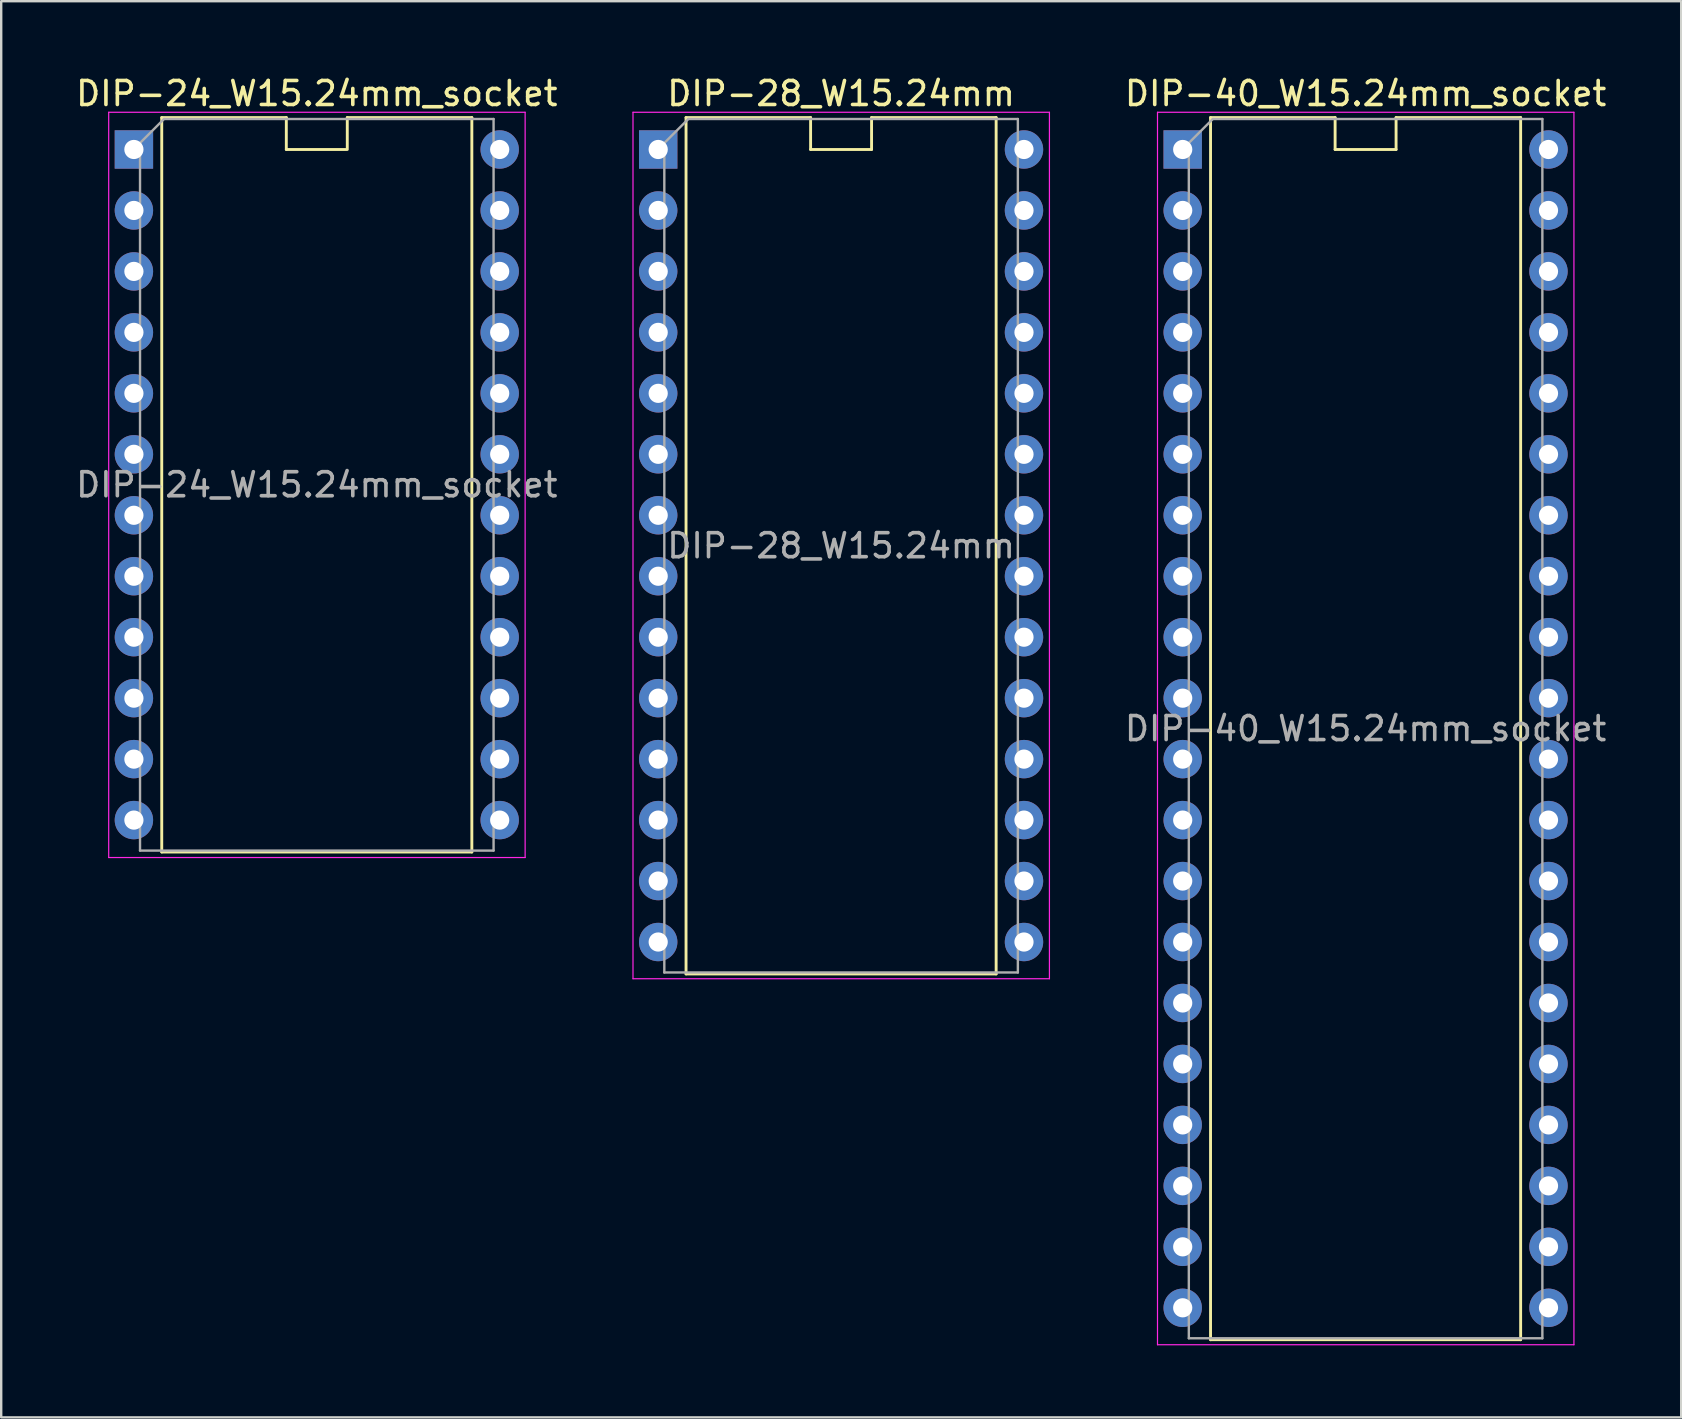
<source format=kicad_pcb>
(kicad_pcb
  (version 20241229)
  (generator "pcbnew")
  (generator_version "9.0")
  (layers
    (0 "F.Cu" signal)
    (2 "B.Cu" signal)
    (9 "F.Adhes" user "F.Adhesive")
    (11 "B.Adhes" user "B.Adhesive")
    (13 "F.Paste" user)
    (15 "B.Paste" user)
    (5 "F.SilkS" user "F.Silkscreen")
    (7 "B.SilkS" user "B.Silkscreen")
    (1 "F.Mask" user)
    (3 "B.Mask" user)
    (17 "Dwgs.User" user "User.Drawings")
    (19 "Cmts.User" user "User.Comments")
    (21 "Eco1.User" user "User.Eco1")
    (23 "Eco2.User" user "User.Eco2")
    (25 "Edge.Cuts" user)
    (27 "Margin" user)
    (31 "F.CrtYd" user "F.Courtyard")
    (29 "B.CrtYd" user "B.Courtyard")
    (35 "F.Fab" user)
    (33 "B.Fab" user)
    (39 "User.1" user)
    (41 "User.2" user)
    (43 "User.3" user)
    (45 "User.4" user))
  (footprint "DIP-40_W15.24mm_socket"
    (layer "F.Cu")
    (at 46.226 3.178)
    (property "Reference" "DIP-40_W15.24mm_socket" (at 7.62 -2.33 0) (layer "F.SilkS") (effects (font (size 1 1) (thickness 0.15))))
    (attr through_hole)
    (fp_line (start 1.16 -1.33) (end 1.16 49.59) (stroke (width 0.12) (type solid)) (layer "F.SilkS"))
    (fp_line (start 1.16 49.59) (end 14.08 49.59) (stroke (width 0.12) (type solid)) (layer "F.SilkS"))
    (fp_line (start 6.35 -1.33) (end 1.16 -1.33) (stroke (width 0.12) (type solid)) (layer "F.SilkS"))
    (fp_line (start 6.35 -1.33) (end 6.35 0) (stroke (width 0.12) (type default)) (layer "F.SilkS"))
    (fp_line (start 6.35 0) (end 8.89 0) (stroke (width 0.12) (type default)) (layer "F.SilkS"))
    (fp_line (start 8.89 0) (end 8.89 -1.33) (stroke (width 0.12) (type default)) (layer "F.SilkS"))
    (fp_line (start 14.08 -1.33) (end 8.89 -1.33) (stroke (width 0.12) (type solid)) (layer "F.SilkS"))
    (fp_line (start 14.08 49.59) (end 14.08 -1.33) (stroke (width 0.12) (type solid)) (layer "F.SilkS"))
    (fp_line (start -1.05 -1.55) (end -1.05 49.8) (stroke (width 0.05) (type solid)) (layer "F.CrtYd"))
    (fp_line (start -1.05 49.8) (end 16.3 49.8) (stroke (width 0.05) (type solid)) (layer "F.CrtYd"))
    (fp_line (start 16.3 -1.55) (end -1.05 -1.55) (stroke (width 0.05) (type solid)) (layer "F.CrtYd"))
    (fp_line (start 16.3 49.8) (end 16.3 -1.55) (stroke (width 0.05) (type solid)) (layer "F.CrtYd"))
    (fp_line (start 0.255 -0.27) (end 1.255 -1.27) (stroke (width 0.1) (type solid)) (layer "F.Fab"))
    (fp_line (start 0.255 49.53) (end 0.255 -0.27) (stroke (width 0.1) (type solid)) (layer "F.Fab"))
    (fp_line (start 1.255 -1.27) (end 14.985 -1.27) (stroke (width 0.1) (type solid)) (layer "F.Fab"))
    (fp_line (start 14.985 -1.27) (end 14.985 49.53) (stroke (width 0.1) (type solid)) (layer "F.Fab"))
    (fp_line (start 14.985 49.53) (end 0.255 49.53) (stroke (width 0.1) (type solid)) (layer "F.Fab"))
    (fp_text user "${REFERENCE}" (at 7.62 24.13 0) (layer "F.Fab") (effects (font (size 1 1) (thickness 0.15))))
    (pad "1" thru_hole rect (at 0 0) (size 1.6 1.6) (drill 0.8) (layers "*.Cu" "*.Mask"))
    (pad "2" thru_hole oval (at 0 2.54) (size 1.6 1.6) (drill 0.8) (layers "*.Cu" "*.Mask"))
    (pad "3" thru_hole oval (at 0 5.08) (size 1.6 1.6) (drill 0.8) (layers "*.Cu" "*.Mask"))
    (pad "4" thru_hole oval (at 0 7.62) (size 1.6 1.6) (drill 0.8) (layers "*.Cu" "*.Mask"))
    (pad "5" thru_hole oval (at 0 10.16) (size 1.6 1.6) (drill 0.8) (layers "*.Cu" "*.Mask"))
    (pad "6" thru_hole oval (at 0 12.7) (size 1.6 1.6) (drill 0.8) (layers "*.Cu" "*.Mask"))
    (pad "7" thru_hole oval (at 0 15.24) (size 1.6 1.6) (drill 0.8) (layers "*.Cu" "*.Mask"))
    (pad "8" thru_hole oval (at 0 17.78) (size 1.6 1.6) (drill 0.8) (layers "*.Cu" "*.Mask"))
    (pad "9" thru_hole oval (at 0 20.32) (size 1.6 1.6) (drill 0.8) (layers "*.Cu" "*.Mask"))
    (pad "10" thru_hole oval (at 0 22.86) (size 1.6 1.6) (drill 0.8) (layers "*.Cu" "*.Mask"))
    (pad "11" thru_hole oval (at 0 25.4) (size 1.6 1.6) (drill 0.8) (layers "*.Cu" "*.Mask"))
    (pad "12" thru_hole oval (at 0 27.94) (size 1.6 1.6) (drill 0.8) (layers "*.Cu" "*.Mask"))
    (pad "13" thru_hole oval (at 0 30.48) (size 1.6 1.6) (drill 0.8) (layers "*.Cu" "*.Mask"))
    (pad "14" thru_hole oval (at 0 33.02) (size 1.6 1.6) (drill 0.8) (layers "*.Cu" "*.Mask"))
    (pad "15" thru_hole oval (at 0 35.56) (size 1.6 1.6) (drill 0.8) (layers "*.Cu" "*.Mask"))
    (pad "16" thru_hole oval (at 0 38.1) (size 1.6 1.6) (drill 0.8) (layers "*.Cu" "*.Mask"))
    (pad "17" thru_hole oval (at 0 40.64) (size 1.6 1.6) (drill 0.8) (layers "*.Cu" "*.Mask"))
    (pad "18" thru_hole oval (at 0 43.18) (size 1.6 1.6) (drill 0.8) (layers "*.Cu" "*.Mask"))
    (pad "19" thru_hole oval (at 0 45.72) (size 1.6 1.6) (drill 0.8) (layers "*.Cu" "*.Mask"))
    (pad "20" thru_hole oval (at 0 48.26) (size 1.6 1.6) (drill 0.8) (layers "*.Cu" "*.Mask"))
    (pad "21" thru_hole oval (at 15.24 48.26) (size 1.6 1.6) (drill 0.8) (layers "*.Cu" "*.Mask"))
    (pad "22" thru_hole oval (at 15.24 45.72) (size 1.6 1.6) (drill 0.8) (layers "*.Cu" "*.Mask"))
    (pad "23" thru_hole oval (at 15.24 43.18) (size 1.6 1.6) (drill 0.8) (layers "*.Cu" "*.Mask"))
    (pad "24" thru_hole oval (at 15.24 40.64) (size 1.6 1.6) (drill 0.8) (layers "*.Cu" "*.Mask"))
    (pad "25" thru_hole oval (at 15.24 38.1) (size 1.6 1.6) (drill 0.8) (layers "*.Cu" "*.Mask"))
    (pad "26" thru_hole oval (at 15.24 35.56) (size 1.6 1.6) (drill 0.8) (layers "*.Cu" "*.Mask"))
    (pad "27" thru_hole oval (at 15.24 33.02) (size 1.6 1.6) (drill 0.8) (layers "*.Cu" "*.Mask"))
    (pad "28" thru_hole oval (at 15.24 30.48) (size 1.6 1.6) (drill 0.8) (layers "*.Cu" "*.Mask"))
    (pad "29" thru_hole oval (at 15.24 27.94) (size 1.6 1.6) (drill 0.8) (layers "*.Cu" "*.Mask"))
    (pad "30" thru_hole oval (at 15.24 25.4) (size 1.6 1.6) (drill 0.8) (layers "*.Cu" "*.Mask"))
    (pad "31" thru_hole oval (at 15.24 22.86) (size 1.6 1.6) (drill 0.8) (layers "*.Cu" "*.Mask"))
    (pad "32" thru_hole oval (at 15.24 20.32) (size 1.6 1.6) (drill 0.8) (layers "*.Cu" "*.Mask"))
    (pad "33" thru_hole oval (at 15.24 17.78) (size 1.6 1.6) (drill 0.8) (layers "*.Cu" "*.Mask"))
    (pad "34" thru_hole oval (at 15.24 15.24) (size 1.6 1.6) (drill 0.8) (layers "*.Cu" "*.Mask"))
    (pad "35" thru_hole oval (at 15.24 12.7) (size 1.6 1.6) (drill 0.8) (layers "*.Cu" "*.Mask"))
    (pad "36" thru_hole oval (at 15.24 10.16) (size 1.6 1.6) (drill 0.8) (layers "*.Cu" "*.Mask"))
    (pad "37" thru_hole oval (at 15.24 7.62) (size 1.6 1.6) (drill 0.8) (layers "*.Cu" "*.Mask"))
    (pad "38" thru_hole oval (at 15.24 5.08) (size 1.6 1.6) (drill 0.8) (layers "*.Cu" "*.Mask"))
    (pad "39" thru_hole oval (at 15.24 2.54) (size 1.6 1.6) (drill 0.8) (layers "*.Cu" "*.Mask"))
    (pad "40" thru_hole oval (at 15.24 0) (size 1.6 1.6) (drill 0.8) (layers "*.Cu" "*.Mask")))
  (footprint "DIP-28_W15.24mm"
    (layer "F.Cu")
    (at 24.373 3.178)
    (property "Reference" "DIP-28_W15.24mm" (at 7.62 -2.33 0) (layer "F.SilkS") (effects (font (size 1 1) (thickness 0.15))))
    (attr through_hole)
    (fp_line (start 1.16 -1.33) (end 1.16 34.35) (stroke (width 0.12) (type solid)) (layer "F.SilkS"))
    (fp_line (start 1.16 34.35) (end 14.08 34.35) (stroke (width 0.12) (type solid)) (layer "F.SilkS"))
    (fp_line (start 6.35 -1.33) (end 1.16 -1.33) (stroke (width 0.12) (type solid)) (layer "F.SilkS"))
    (fp_line (start 6.35 -1.33) (end 6.35 0) (stroke (width 0.12) (type default)) (layer "F.SilkS"))
    (fp_line (start 6.35 0) (end 8.89 0) (stroke (width 0.12) (type default)) (layer "F.SilkS"))
    (fp_line (start 8.89 0) (end 8.89 -1.33) (stroke (width 0.12) (type default)) (layer "F.SilkS"))
    (fp_line (start 14.08 -1.33) (end 8.89 -1.33) (stroke (width 0.12) (type solid)) (layer "F.SilkS"))
    (fp_line (start 14.08 34.35) (end 14.08 -1.33) (stroke (width 0.12) (type solid)) (layer "F.SilkS"))
    (fp_line (start -1.05 -1.55) (end -1.05 34.55) (stroke (width 0.05) (type solid)) (layer "F.CrtYd"))
    (fp_line (start -1.05 34.55) (end 16.3 34.55) (stroke (width 0.05) (type solid)) (layer "F.CrtYd"))
    (fp_line (start 16.3 -1.55) (end -1.05 -1.55) (stroke (width 0.05) (type solid)) (layer "F.CrtYd"))
    (fp_line (start 16.3 34.55) (end 16.3 -1.55) (stroke (width 0.05) (type solid)) (layer "F.CrtYd"))
    (fp_line (start 0.255 -0.27) (end 1.255 -1.27) (stroke (width 0.1) (type solid)) (layer "F.Fab"))
    (fp_line (start 0.255 34.29) (end 0.255 -0.27) (stroke (width 0.1) (type solid)) (layer "F.Fab"))
    (fp_line (start 1.255 -1.27) (end 14.985 -1.27) (stroke (width 0.1) (type solid)) (layer "F.Fab"))
    (fp_line (start 14.985 -1.27) (end 14.985 34.29) (stroke (width 0.1) (type solid)) (layer "F.Fab"))
    (fp_line (start 14.985 34.29) (end 0.255 34.29) (stroke (width 0.1) (type solid)) (layer "F.Fab"))
    (fp_text user "${REFERENCE}" (at 7.62 16.51 0) (layer "F.Fab") (effects (font (size 1 1) (thickness 0.15))))
    (pad "1" thru_hole rect (at 0 0) (size 1.6 1.6) (drill 0.8) (layers "*.Cu" "*.Mask"))
    (pad "2" thru_hole oval (at 0 2.54) (size 1.6 1.6) (drill 0.8) (layers "*.Cu" "*.Mask"))
    (pad "3" thru_hole oval (at 0 5.08) (size 1.6 1.6) (drill 0.8) (layers "*.Cu" "*.Mask"))
    (pad "4" thru_hole oval (at 0 7.62) (size 1.6 1.6) (drill 0.8) (layers "*.Cu" "*.Mask"))
    (pad "5" thru_hole oval (at 0 10.16) (size 1.6 1.6) (drill 0.8) (layers "*.Cu" "*.Mask"))
    (pad "6" thru_hole oval (at 0 12.7) (size 1.6 1.6) (drill 0.8) (layers "*.Cu" "*.Mask"))
    (pad "7" thru_hole oval (at 0 15.24) (size 1.6 1.6) (drill 0.8) (layers "*.Cu" "*.Mask"))
    (pad "8" thru_hole oval (at 0 17.78) (size 1.6 1.6) (drill 0.8) (layers "*.Cu" "*.Mask"))
    (pad "9" thru_hole oval (at 0 20.32) (size 1.6 1.6) (drill 0.8) (layers "*.Cu" "*.Mask"))
    (pad "10" thru_hole oval (at 0 22.86) (size 1.6 1.6) (drill 0.8) (layers "*.Cu" "*.Mask"))
    (pad "11" thru_hole oval (at 0 25.4) (size 1.6 1.6) (drill 0.8) (layers "*.Cu" "*.Mask"))
    (pad "12" thru_hole oval (at 0 27.94) (size 1.6 1.6) (drill 0.8) (layers "*.Cu" "*.Mask"))
    (pad "13" thru_hole oval (at 0 30.48) (size 1.6 1.6) (drill 0.8) (layers "*.Cu" "*.Mask"))
    (pad "14" thru_hole oval (at 0 33.02) (size 1.6 1.6) (drill 0.8) (layers "*.Cu" "*.Mask"))
    (pad "15" thru_hole oval (at 15.24 33.02) (size 1.6 1.6) (drill 0.8) (layers "*.Cu" "*.Mask"))
    (pad "16" thru_hole oval (at 15.24 30.48) (size 1.6 1.6) (drill 0.8) (layers "*.Cu" "*.Mask"))
    (pad "17" thru_hole oval (at 15.24 27.94) (size 1.6 1.6) (drill 0.8) (layers "*.Cu" "*.Mask"))
    (pad "18" thru_hole oval (at 15.24 25.4) (size 1.6 1.6) (drill 0.8) (layers "*.Cu" "*.Mask"))
    (pad "19" thru_hole oval (at 15.24 22.86) (size 1.6 1.6) (drill 0.8) (layers "*.Cu" "*.Mask"))
    (pad "20" thru_hole oval (at 15.24 20.32) (size 1.6 1.6) (drill 0.8) (layers "*.Cu" "*.Mask"))
    (pad "21" thru_hole oval (at 15.24 17.78) (size 1.6 1.6) (drill 0.8) (layers "*.Cu" "*.Mask"))
    (pad "22" thru_hole oval (at 15.24 15.24) (size 1.6 1.6) (drill 0.8) (layers "*.Cu" "*.Mask"))
    (pad "23" thru_hole oval (at 15.24 12.7) (size 1.6 1.6) (drill 0.8) (layers "*.Cu" "*.Mask"))
    (pad "24" thru_hole oval (at 15.24 10.16) (size 1.6 1.6) (drill 0.8) (layers "*.Cu" "*.Mask"))
    (pad "25" thru_hole oval (at 15.24 7.62) (size 1.6 1.6) (drill 0.8) (layers "*.Cu" "*.Mask"))
    (pad "26" thru_hole oval (at 15.24 5.08) (size 1.6 1.6) (drill 0.8) (layers "*.Cu" "*.Mask"))
    (pad "27" thru_hole oval (at 15.24 2.54) (size 1.6 1.6) (drill 0.8) (layers "*.Cu" "*.Mask"))
    (pad "28" thru_hole oval (at 15.24 0) (size 1.6 1.6) (drill 0.8) (layers "*.Cu" "*.Mask")))
  (footprint "DIP-24_W15.24mm_socket"
    (layer "F.Cu")
    (at 2.529 3.178)
    (property "Reference" "DIP-24_W15.24mm_socket" (at 7.62 -2.33 0) (layer "F.SilkS") (effects (font (size 1 1) (thickness 0.15))))
    (attr through_hole)
    (fp_line (start 1.16 -1.33) (end 1.16 29.27) (stroke (width 0.12) (type solid)) (layer "F.SilkS"))
    (fp_line (start 1.16 29.27) (end 14.08 29.27) (stroke (width 0.12) (type solid)) (layer "F.SilkS"))
    (fp_line (start 6.35 -1.33) (end 1.16 -1.33) (stroke (width 0.12) (type solid)) (layer "F.SilkS"))
    (fp_line (start 6.35 -1.33) (end 6.35 0) (stroke (width 0.12) (type default)) (layer "F.SilkS"))
    (fp_line (start 6.35 0) (end 8.89 0) (stroke (width 0.12) (type default)) (layer "F.SilkS"))
    (fp_line (start 8.89 -0.06) (end 8.89 -1.33) (stroke (width 0.12) (type default)) (layer "F.SilkS"))
    (fp_line (start 14.08 -1.33) (end 8.89 -1.33) (stroke (width 0.12) (type solid)) (layer "F.SilkS"))
    (fp_line (start 14.08 29.27) (end 14.08 -1.33) (stroke (width 0.12) (type solid)) (layer "F.SilkS"))
    (fp_line (start -1.05 -1.55) (end -1.05 29.5) (stroke (width 0.05) (type solid)) (layer "F.CrtYd"))
    (fp_line (start -1.05 29.5) (end 16.3 29.5) (stroke (width 0.05) (type solid)) (layer "F.CrtYd"))
    (fp_line (start 16.3 -1.55) (end -1.05 -1.55) (stroke (width 0.05) (type solid)) (layer "F.CrtYd"))
    (fp_line (start 16.3 29.5) (end 16.3 -1.55) (stroke (width 0.05) (type solid)) (layer "F.CrtYd"))
    (fp_line (start 0.255 -0.27) (end 1.255 -1.27) (stroke (width 0.1) (type solid)) (layer "F.Fab"))
    (fp_line (start 0.255 29.21) (end 0.255 -0.27) (stroke (width 0.1) (type solid)) (layer "F.Fab"))
    (fp_line (start 1.255 -1.27) (end 14.985 -1.27) (stroke (width 0.1) (type solid)) (layer "F.Fab"))
    (fp_line (start 14.985 -1.27) (end 14.985 29.21) (stroke (width 0.1) (type solid)) (layer "F.Fab"))
    (fp_line (start 14.985 29.21) (end 0.255 29.21) (stroke (width 0.1) (type solid)) (layer "F.Fab"))
    (fp_text user "${REFERENCE}" (at 7.62 13.97 0) (layer "F.Fab") (effects (font (size 1 1) (thickness 0.15))))
    (pad "1" thru_hole rect (at 0 0) (size 1.6 1.6) (drill 0.8) (layers "*.Cu" "*.Mask"))
    (pad "2" thru_hole oval (at 0 2.54) (size 1.6 1.6) (drill 0.8) (layers "*.Cu" "*.Mask"))
    (pad "3" thru_hole oval (at 0 5.08) (size 1.6 1.6) (drill 0.8) (layers "*.Cu" "*.Mask"))
    (pad "4" thru_hole oval (at 0 7.62) (size 1.6 1.6) (drill 0.8) (layers "*.Cu" "*.Mask"))
    (pad "5" thru_hole oval (at 0 10.16) (size 1.6 1.6) (drill 0.8) (layers "*.Cu" "*.Mask"))
    (pad "6" thru_hole oval (at 0 12.7) (size 1.6 1.6) (drill 0.8) (layers "*.Cu" "*.Mask"))
    (pad "7" thru_hole oval (at 0 15.24) (size 1.6 1.6) (drill 0.8) (layers "*.Cu" "*.Mask"))
    (pad "8" thru_hole oval (at 0 17.78) (size 1.6 1.6) (drill 0.8) (layers "*.Cu" "*.Mask"))
    (pad "9" thru_hole oval (at 0 20.32) (size 1.6 1.6) (drill 0.8) (layers "*.Cu" "*.Mask"))
    (pad "10" thru_hole oval (at 0 22.86) (size 1.6 1.6) (drill 0.8) (layers "*.Cu" "*.Mask"))
    (pad "11" thru_hole oval (at 0 25.4) (size 1.6 1.6) (drill 0.8) (layers "*.Cu" "*.Mask"))
    (pad "12" thru_hole oval (at 0 27.94) (size 1.6 1.6) (drill 0.8) (layers "*.Cu" "*.Mask"))
    (pad "13" thru_hole oval (at 15.24 27.94) (size 1.6 1.6) (drill 0.8) (layers "*.Cu" "*.Mask"))
    (pad "14" thru_hole oval (at 15.24 25.4) (size 1.6 1.6) (drill 0.8) (layers "*.Cu" "*.Mask"))
    (pad "15" thru_hole oval (at 15.24 22.86) (size 1.6 1.6) (drill 0.8) (layers "*.Cu" "*.Mask"))
    (pad "16" thru_hole oval (at 15.24 20.32) (size 1.6 1.6) (drill 0.8) (layers "*.Cu" "*.Mask"))
    (pad "17" thru_hole oval (at 15.24 17.78) (size 1.6 1.6) (drill 0.8) (layers "*.Cu" "*.Mask"))
    (pad "18" thru_hole oval (at 15.24 15.24) (size 1.6 1.6) (drill 0.8) (layers "*.Cu" "*.Mask"))
    (pad "19" thru_hole oval (at 15.24 12.7) (size 1.6 1.6) (drill 0.8) (layers "*.Cu" "*.Mask"))
    (pad "20" thru_hole oval (at 15.24 10.16) (size 1.6 1.6) (drill 0.8) (layers "*.Cu" "*.Mask"))
    (pad "21" thru_hole oval (at 15.24 7.62) (size 1.6 1.6) (drill 0.8) (layers "*.Cu" "*.Mask"))
    (pad "22" thru_hole oval (at 15.24 5.08) (size 1.6 1.6) (drill 0.8) (layers "*.Cu" "*.Mask"))
    (pad "23" thru_hole oval (at 15.24 2.54) (size 1.6 1.6) (drill 0.8) (layers "*.Cu" "*.Mask"))
    (pad "24" thru_hole oval (at 15.24 0) (size 1.6 1.6) (drill 0.8) (layers "*.Cu" "*.Mask")))
  (gr_rect
    (start -3 -3)
    (end 66.995 56.003)
    (stroke (width 0.1) (type default))
    (fill no)
    (layer "Edge.Cuts")))
</source>
